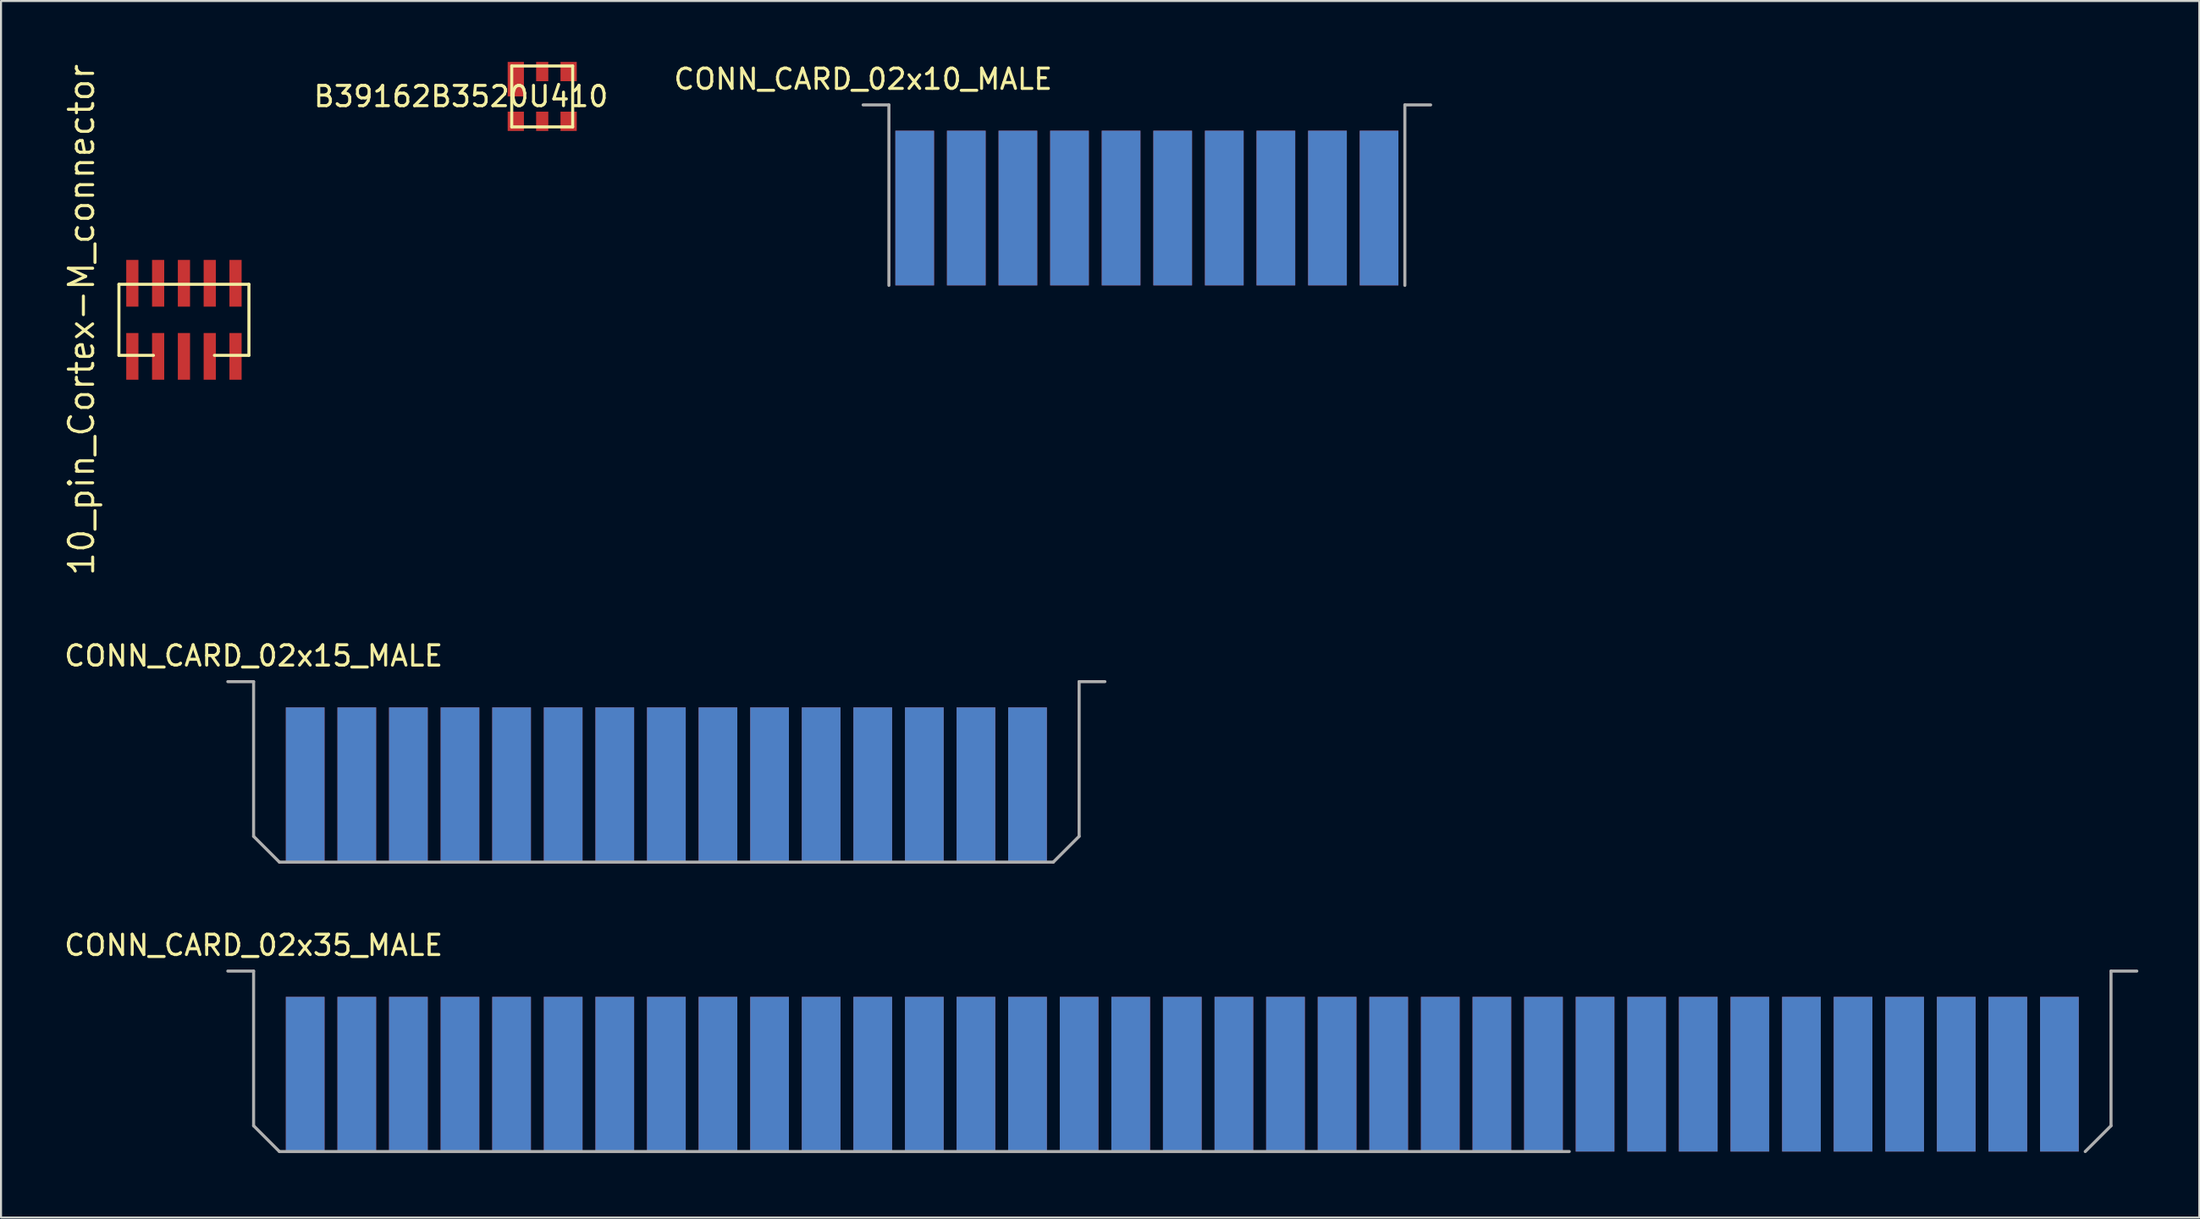
<source format=kicad_pcb>
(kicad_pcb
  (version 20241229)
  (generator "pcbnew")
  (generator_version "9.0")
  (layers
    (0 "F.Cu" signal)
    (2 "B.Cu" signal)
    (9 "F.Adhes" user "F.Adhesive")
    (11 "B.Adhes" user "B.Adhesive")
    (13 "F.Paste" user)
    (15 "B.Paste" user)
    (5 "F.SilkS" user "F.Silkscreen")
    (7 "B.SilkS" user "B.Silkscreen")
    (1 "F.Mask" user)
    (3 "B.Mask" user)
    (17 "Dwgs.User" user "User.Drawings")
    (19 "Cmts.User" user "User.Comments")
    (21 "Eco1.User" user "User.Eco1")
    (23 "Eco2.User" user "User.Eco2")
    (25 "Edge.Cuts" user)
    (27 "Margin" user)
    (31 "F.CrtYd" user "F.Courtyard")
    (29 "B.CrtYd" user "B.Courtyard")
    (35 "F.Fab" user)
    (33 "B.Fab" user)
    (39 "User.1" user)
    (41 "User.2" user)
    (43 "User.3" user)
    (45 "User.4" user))
  (footprint "CONN_CARD_02x35_MALE"
    (layer "F.Cu")
    (at 23.405 53.676)
    (property "Reference" "CONN_CARD_02x35_MALE" (at -13.97 -10.16 0) (layer "F.SilkS") (effects (font (size 1 1) (thickness 0.15))))
    (attr through_hole)
    (fp_line (start -13.97 -8.89) (end -15.24 -8.89) (stroke (width 0.15) (type solid)) (layer "F.Fab"))
    (fp_line (start -13.97 -1.27) (end -13.97 -8.89) (stroke (width 0.15) (type solid)) (layer "F.Fab"))
    (fp_line (start -13.97 -1.27) (end -12.7 0) (stroke (width 0.15) (type solid)) (layer "F.Fab"))
    (fp_line (start -12.7 0) (end 50.8 0) (stroke (width 0.15) (type solid)) (layer "F.Fab"))
    (fp_line (start 77.47 -8.89) (end 78.74 -8.89) (stroke (width 0.15) (type solid)) (layer "F.Fab"))
    (fp_line (start 77.47 -1.27) (end 76.2 0) (stroke (width 0.15) (type solid)) (layer "F.Fab"))
    (fp_line (start 77.47 -1.27) (end 77.47 -8.89) (stroke (width 0.15) (type solid)) (layer "F.Fab"))
    (pad "1" connect rect (at -11.43 -3.81) (size 1.905 7.62) (layers "F.Cu" "F.Mask"))
    (pad "2" connect rect (at -8.89 -3.81) (size 1.905 7.62) (layers "F.Cu" "F.Mask"))
    (pad "3" connect rect (at -6.35 -3.81) (size 1.905 7.62) (layers "F.Cu" "F.Mask"))
    (pad "4" connect rect (at -3.81 -3.81) (size 1.905 7.62) (layers "F.Cu" "F.Mask"))
    (pad "5" connect rect (at -1.27 -3.81) (size 1.905 7.62) (layers "F.Cu" "F.Mask"))
    (pad "6" connect rect (at 1.27 -3.81) (size 1.905 7.62) (layers "F.Cu" "F.Mask"))
    (pad "7" connect rect (at 3.81 -3.81) (size 1.905 7.62) (layers "F.Cu" "F.Mask"))
    (pad "8" connect rect (at 6.35 -3.81) (size 1.905 7.62) (layers "F.Cu" "F.Mask"))
    (pad "9" connect rect (at 8.89 -3.81) (size 1.905 7.62) (layers "F.Cu" "F.Mask"))
    (pad "10" connect rect (at 11.43 -3.81) (size 1.905 7.62) (layers "F.Cu" "F.Mask"))
    (pad "11" connect rect (at 13.97 -3.81) (size 1.905 7.62) (layers "F.Cu" "F.Mask"))
    (pad "12" connect rect (at 16.51 -3.81) (size 1.905 7.62) (layers "F.Cu" "F.Mask"))
    (pad "13" connect rect (at 19.05 -3.81) (size 1.905 7.62) (layers "F.Cu" "F.Mask"))
    (pad "14" connect rect (at 21.59 -3.81) (size 1.905 7.62) (layers "F.Cu" "F.Mask"))
    (pad "15" connect rect (at 24.13 -3.81) (size 1.905 7.62) (layers "F.Cu" "F.Mask"))
    (pad "16" connect rect (at 26.67 -3.81) (size 1.905 7.62) (layers "F.Cu" "F.Mask"))
    (pad "17" connect rect (at 29.21 -3.81) (size 1.905 7.62) (layers "F.Cu" "F.Mask"))
    (pad "18" connect rect (at 31.75 -3.81) (size 1.905 7.62) (layers "F.Cu" "F.Mask"))
    (pad "19" connect rect (at 34.29 -3.81) (size 1.905 7.62) (layers "F.Cu" "F.Mask"))
    (pad "20" connect rect (at 36.83 -3.81) (size 1.905 7.62) (layers "F.Cu" "F.Mask"))
    (pad "21" connect rect (at 39.37 -3.81) (size 1.905 7.62) (layers "F.Cu" "F.Mask"))
    (pad "22" connect rect (at 41.91 -3.81) (size 1.905 7.62) (layers "F.Cu" "F.Mask"))
    (pad "23" connect rect (at 44.45 -3.81) (size 1.905 7.62) (layers "F.Cu" "F.Mask"))
    (pad "24" connect rect (at 46.99 -3.81) (size 1.905 7.62) (layers "F.Cu" "F.Mask"))
    (pad "25" connect rect (at 49.53 -3.81) (size 1.905 7.62) (layers "F.Cu" "F.Mask"))
    (pad "26" connect rect (at 52.07 -3.81) (size 1.905 7.62) (layers "F.Cu" "F.Mask"))
    (pad "27" connect rect (at 54.61 -3.81) (size 1.905 7.62) (layers "F.Cu" "F.Mask"))
    (pad "28" connect rect (at 57.15 -3.81) (size 1.905 7.62) (layers "F.Cu" "F.Mask"))
    (pad "29" connect rect (at 59.69 -3.81) (size 1.905 7.62) (layers "F.Cu" "F.Mask"))
    (pad "30" connect rect (at 62.23 -3.81) (size 1.905 7.62) (layers "F.Cu" "F.Mask"))
    (pad "31" connect rect (at 64.77 -3.81) (size 1.905 7.62) (layers "F.Cu" "F.Mask"))
    (pad "32" connect rect (at 67.31 -3.81) (size 1.905 7.62) (layers "F.Cu" "F.Mask"))
    (pad "33" connect rect (at 69.85 -3.81) (size 1.905 7.62) (layers "F.Cu" "F.Mask"))
    (pad "34" connect rect (at 72.39 -3.81) (size 1.905 7.62) (layers "F.Cu" "F.Mask"))
    (pad "35" connect rect (at 74.93 -3.81) (size 1.905 7.62) (layers "F.Cu" "F.Mask"))
    (pad "36" connect rect (at 74.93 -3.81) (size 1.905 7.62) (layers "B.Cu" "B.Mask"))
    (pad "37" connect rect (at 72.39 -3.81) (size 1.905 7.62) (layers "B.Cu" "B.Mask"))
    (pad "38" connect rect (at 69.85 -3.81) (size 1.905 7.62) (layers "B.Cu" "B.Mask"))
    (pad "39" connect rect (at 67.31 -3.81) (size 1.905 7.62) (layers "B.Cu" "B.Mask"))
    (pad "40" connect rect (at 64.77 -3.81) (size 1.905 7.62) (layers "B.Cu" "B.Mask"))
    (pad "41" connect rect (at 62.23 -3.81) (size 1.905 7.62) (layers "B.Cu" "B.Mask"))
    (pad "42" connect rect (at 59.69 -3.81) (size 1.905 7.62) (layers "B.Cu" "B.Mask"))
    (pad "43" connect rect (at 57.15 -3.81) (size 1.905 7.62) (layers "B.Cu" "B.Mask"))
    (pad "44" connect rect (at 54.61 -3.81) (size 1.905 7.62) (layers "B.Cu" "B.Mask"))
    (pad "45" connect rect (at 52.07 -3.81) (size 1.905 7.62) (layers "B.Cu" "B.Mask"))
    (pad "46" connect rect (at 49.53 -3.81) (size 1.905 7.62) (layers "B.Cu" "B.Mask"))
    (pad "47" connect rect (at 46.99 -3.81) (size 1.905 7.62) (layers "B.Cu" "B.Mask"))
    (pad "48" connect rect (at 44.45 -3.81) (size 1.905 7.62) (layers "B.Cu" "B.Mask"))
    (pad "49" connect rect (at 41.91 -3.81) (size 1.905 7.62) (layers "B.Cu" "B.Mask"))
    (pad "50" connect rect (at 39.37 -3.81) (size 1.905 7.62) (layers "B.Cu" "B.Mask"))
    (pad "51" connect rect (at 36.83 -3.81) (size 1.905 7.62) (layers "B.Cu" "B.Mask"))
    (pad "52" connect rect (at 34.29 -3.81) (size 1.905 7.62) (layers "B.Cu" "B.Mask"))
    (pad "53" connect rect (at 31.75 -3.81) (size 1.905 7.62) (layers "B.Cu" "B.Mask"))
    (pad "54" connect rect (at 29.21 -3.81) (size 1.905 7.62) (layers "B.Cu" "B.Mask"))
    (pad "55" connect rect (at 26.67 -3.81) (size 1.905 7.62) (layers "B.Cu" "B.Mask"))
    (pad "56" connect rect (at 24.13 -3.81) (size 1.905 7.62) (layers "B.Cu" "B.Mask"))
    (pad "57" connect rect (at 21.59 -3.81) (size 1.905 7.62) (layers "B.Cu" "B.Mask"))
    (pad "58" connect rect (at 19.05 -3.81) (size 1.905 7.62) (layers "B.Cu" "B.Mask"))
    (pad "59" connect rect (at 16.51 -3.81) (size 1.905 7.62) (layers "B.Cu" "B.Mask"))
    (pad "60" connect rect (at 13.97 -3.81) (size 1.905 7.62) (layers "B.Cu" "B.Mask"))
    (pad "61" connect rect (at 11.43 -3.81) (size 1.905 7.62) (layers "B.Cu" "B.Mask"))
    (pad "62" connect rect (at 8.89 -3.81) (size 1.905 7.62) (layers "B.Cu" "B.Mask"))
    (pad "63" connect rect (at 6.35 -3.81) (size 1.905 7.62) (layers "B.Cu" "B.Mask"))
    (pad "64" connect rect (at 3.81 -3.81) (size 1.905 7.62) (layers "B.Cu" "B.Mask"))
    (pad "65" connect rect (at 1.27 -3.81) (size 1.905 7.62) (layers "B.Cu" "B.Mask"))
    (pad "66" connect rect (at -1.27 -3.81) (size 1.905 7.62) (layers "B.Cu" "B.Mask"))
    (pad "67" connect rect (at -3.81 -3.81) (size 1.905 7.62) (layers "B.Cu" "B.Mask"))
    (pad "68" connect rect (at -6.35 -3.81) (size 1.905 7.62) (layers "B.Cu" "B.Mask"))
    (pad "69" connect rect (at -8.89 -3.81) (size 1.905 7.62) (layers "B.Cu" "B.Mask"))
    (pad "70" connect rect (at -11.43 -3.81) (size 1.905 7.62) (layers "B.Cu" "B.Mask")))
  (footprint "10_pin_Cortex-M_connector"
    (layer "F.Cu")
    (at 6.005 12.705)
    (property "Reference" "10_pin_Cortex-M_connector" (at -5.04 0 90) (layer "F.SilkS") (effects (font (size 1.2 1.2) (thickness 0.15))))
    (attr through_hole)
    (fp_line (start -3.2 -1.75) (end -3.2 1.75) (stroke (width 0.15) (type solid)) (layer "F.SilkS"))
    (fp_line (start -3.2 1.75) (end -1.5 1.75) (stroke (width 0.15) (type solid)) (layer "F.SilkS"))
    (fp_line (start 1.5 1.75) (end 3.2 1.75) (stroke (width 0.15) (type solid)) (layer "F.SilkS"))
    (fp_line (start 3.2 -1.75) (end -3.2 -1.75) (stroke (width 0.15) (type solid)) (layer "F.SilkS"))
    (fp_line (start 3.2 1.75) (end 3.2 -1.75) (stroke (width 0.15) (type solid)) (layer "F.SilkS"))
    (pad "1" smd rect (at -2.54 1.8) (size 0.6 2.3) (layers "F.Cu" "F.Mask" "F.Paste"))
    (pad "2" smd rect (at -2.54 -1.8) (size 0.6 2.3) (layers "F.Cu" "F.Mask" "F.Paste"))
    (pad "3" smd rect (at -1.27 1.8) (size 0.6 2.3) (layers "F.Cu" "F.Mask" "F.Paste"))
    (pad "4" smd rect (at -1.27 -1.8) (size 0.6 2.3) (layers "F.Cu" "F.Mask" "F.Paste"))
    (pad "5" smd rect (at 0 1.8) (size 0.6 2.3) (layers "F.Cu" "F.Mask" "F.Paste"))
    (pad "6" smd rect (at 0 -1.8) (size 0.6 2.3) (layers "F.Cu" "F.Mask" "F.Paste"))
    (pad "7" smd rect (at 1.27 1.8) (size 0.6 2.3) (layers "F.Cu" "F.Mask" "F.Paste"))
    (pad "8" smd rect (at 1.27 -1.8) (size 0.6 2.3) (layers "F.Cu" "F.Mask" "F.Paste"))
    (pad "9" smd rect (at 2.54 1.8) (size 0.6 2.3) (layers "F.Cu" "F.Mask" "F.Paste"))
    (pad "10" smd rect (at 2.54 -1.8) (size 0.6 2.3) (layers "F.Cu" "F.Mask" "F.Paste")))
  (footprint "B39162B3520U410"
    (layer "F.Cu")
    (at 23.643 1.7)
    (property "Reference" "B39162B3520U410" (at -4 0 0) (layer "F.SilkS") (effects (font (size 1 1) (thickness 0.15))))
    (attr through_hole)
    (fp_line (start -1.5 -1.5) (end 1.5 -1.5) (stroke (width 0.15) (type solid)) (layer "F.SilkS"))
    (fp_line (start -1.5 1.5) (end -1.5 -1.5) (stroke (width 0.15) (type solid)) (layer "F.SilkS"))
    (fp_line (start 1.5 -1.5) (end 1.5 1.5) (stroke (width 0.15) (type solid)) (layer "F.SilkS"))
    (fp_line (start 1.5 1.5) (end -1.5 1.5) (stroke (width 0.15) (type solid)) (layer "F.SilkS"))
    (pad "1" smd rect (at -1.2 -1.5) (size 0.8 1.7) (drill (offset -0.1 0.65)) (layers "F.Cu" "F.Mask" "F.Paste"))
    (pad "2" smd rect (at 0 -1.5) (size 0.6 0.95) (drill (offset 0 0.275)) (layers "F.Cu" "F.Mask" "F.Paste"))
    (pad "3" smd rect (at 1.2 -1.5) (size 0.8 0.95) (drill (offset 0.1 0.275)) (layers "F.Cu" "F.Mask" "F.Paste"))
    (pad "4" smd rect (at 1.2 1.5) (size 0.8 0.95) (drill (offset 0.1 -0.275)) (layers "F.Cu" "F.Mask" "F.Paste"))
    (pad "5" smd rect (at 0 1.5) (size 0.6 0.95) (drill (offset 0 -0.275)) (layers "F.Cu" "F.Mask" "F.Paste"))
    (pad "6" smd rect (at -1.2 1.5) (size 0.8 0.95) (drill (offset -0.1 -0.275)) (layers "F.Cu" "F.Mask" "F.Paste")))
  (footprint "CONN_CARD_02x10_MALE"
    (layer "F.Cu")
    (at 41.981 11.008)
    (property "Reference" "CONN_CARD_02x10_MALE" (at -2.54 -10.16 0) (layer "F.SilkS") (effects (font (size 1 1) (thickness 0.15))))
    (attr through_hole)
    (fp_line (start -1.27 -8.89) (end -2.54 -8.89) (stroke (width 0.15) (type solid)) (layer "F.Fab"))
    (fp_line (start -1.27 0) (end -1.27 -8.89) (stroke (width 0.15) (type solid)) (layer "F.Fab"))
    (fp_line (start 24.13 -8.89) (end 25.4 -8.89) (stroke (width 0.15) (type solid)) (layer "F.Fab"))
    (fp_line (start 24.13 0) (end 24.13 -8.89) (stroke (width 0.15) (type solid)) (layer "F.Fab"))
    (pad "1" connect rect (at 0 -3.81) (size 1.905 7.62) (layers "F.Cu" "F.Mask"))
    (pad "2" connect rect (at 2.54 -3.81) (size 1.905 7.62) (layers "F.Cu" "F.Mask"))
    (pad "3" connect rect (at 5.08 -3.81) (size 1.905 7.62) (layers "F.Cu" "F.Mask"))
    (pad "4" connect rect (at 7.62 -3.81) (size 1.905 7.62) (layers "F.Cu" "F.Mask"))
    (pad "5" connect rect (at 10.16 -3.81) (size 1.905 7.62) (layers "F.Cu" "F.Mask"))
    (pad "6" connect rect (at 12.7 -3.81) (size 1.905 7.62) (layers "F.Cu" "F.Mask"))
    (pad "7" connect rect (at 15.24 -3.81) (size 1.905 7.62) (layers "F.Cu" "F.Mask"))
    (pad "8" connect rect (at 17.78 -3.81) (size 1.905 7.62) (layers "F.Cu" "F.Mask"))
    (pad "9" connect rect (at 20.32 -3.81) (size 1.905 7.62) (layers "F.Cu" "F.Mask"))
    (pad "10" connect rect (at 22.86 -3.81) (size 1.905 7.62) (layers "F.Cu" "F.Mask"))
    (pad "11" connect rect (at 22.86 -3.81) (size 1.905 7.62) (layers "B.Cu" "B.Mask"))
    (pad "12" connect rect (at 20.32 -3.81) (size 1.905 7.62) (layers "B.Cu" "B.Mask"))
    (pad "13" connect rect (at 17.78 -3.81) (size 1.905 7.62) (layers "B.Cu" "B.Mask"))
    (pad "14" connect rect (at 15.24 -3.81) (size 1.905 7.62) (layers "B.Cu" "B.Mask"))
    (pad "15" connect rect (at 12.7 -3.81) (size 1.905 7.62) (layers "B.Cu" "B.Mask"))
    (pad "16" connect rect (at 10.16 -3.81) (size 1.905 7.62) (layers "B.Cu" "B.Mask"))
    (pad "17" connect rect (at 7.62 -3.81) (size 1.905 7.62) (layers "B.Cu" "B.Mask"))
    (pad "18" connect rect (at 5.08 -3.81) (size 1.905 7.62) (layers "B.Cu" "B.Mask"))
    (pad "19" connect rect (at 2.54 -3.81) (size 1.905 7.62) (layers "B.Cu" "B.Mask"))
    (pad "20" connect rect (at 0 -3.81) (size 1.905 7.62) (layers "B.Cu" "B.Mask")))
  (footprint "CONN_CARD_02x15_MALE"
    (layer "F.Cu")
    (at 23.405 39.418)
    (property "Reference" "CONN_CARD_02x15_MALE" (at -13.97 -10.16 0) (layer "F.SilkS") (effects (font (size 1 1) (thickness 0.15))))
    (attr through_hole)
    (fp_line (start -13.97 -8.89) (end -15.24 -8.89) (stroke (width 0.15) (type solid)) (layer "F.Fab"))
    (fp_line (start -13.97 -1.27) (end -13.97 -8.89) (stroke (width 0.15) (type solid)) (layer "F.Fab"))
    (fp_line (start -13.97 -1.27) (end -12.7 0) (stroke (width 0.15) (type solid)) (layer "F.Fab"))
    (fp_line (start -12.7 0) (end 25.4 0) (stroke (width 0.15) (type solid)) (layer "F.Fab"))
    (fp_line (start 26.67 -8.89) (end 27.94 -8.89) (stroke (width 0.15) (type solid)) (layer "F.Fab"))
    (fp_line (start 26.67 -1.27) (end 25.4 0) (stroke (width 0.15) (type solid)) (layer "F.Fab"))
    (fp_line (start 26.67 -1.27) (end 26.67 -8.89) (stroke (width 0.15) (type solid)) (layer "F.Fab"))
    (pad "1" connect rect (at -11.43 -3.81) (size 1.905 7.62) (layers "F.Cu" "F.Mask"))
    (pad "2" connect rect (at -8.89 -3.81) (size 1.905 7.62) (layers "F.Cu" "F.Mask"))
    (pad "3" connect rect (at -6.35 -3.81) (size 1.905 7.62) (layers "F.Cu" "F.Mask"))
    (pad "4" connect rect (at -3.81 -3.81) (size 1.905 7.62) (layers "F.Cu" "F.Mask"))
    (pad "5" connect rect (at -1.27 -3.81) (size 1.905 7.62) (layers "F.Cu" "F.Mask"))
    (pad "6" connect rect (at 1.27 -3.81) (size 1.905 7.62) (layers "F.Cu" "F.Mask"))
    (pad "7" connect rect (at 3.81 -3.81) (size 1.905 7.62) (layers "F.Cu" "F.Mask"))
    (pad "8" connect rect (at 6.35 -3.81) (size 1.905 7.62) (layers "F.Cu" "F.Mask"))
    (pad "9" connect rect (at 8.89 -3.81) (size 1.905 7.62) (layers "F.Cu" "F.Mask"))
    (pad "10" connect rect (at 11.43 -3.81) (size 1.905 7.62) (layers "F.Cu" "F.Mask"))
    (pad "11" connect rect (at 13.97 -3.81) (size 1.905 7.62) (layers "F.Cu" "F.Mask"))
    (pad "12" connect rect (at 16.51 -3.81) (size 1.905 7.62) (layers "F.Cu" "F.Mask"))
    (pad "13" connect rect (at 19.05 -3.81) (size 1.905 7.62) (layers "F.Cu" "F.Mask"))
    (pad "14" connect rect (at 21.59 -3.81) (size 1.905 7.62) (layers "F.Cu" "F.Mask"))
    (pad "15" connect rect (at 24.13 -3.81) (size 1.905 7.62) (layers "F.Cu" "F.Mask"))
    (pad "16" connect rect (at 24.13 -3.81) (size 1.905 7.62) (layers "B.Cu" "B.Mask"))
    (pad "17" connect rect (at 21.59 -3.81) (size 1.905 7.62) (layers "B.Cu" "B.Mask"))
    (pad "18" connect rect (at 19.05 -3.81) (size 1.905 7.62) (layers "B.Cu" "B.Mask"))
    (pad "19" connect rect (at 16.51 -3.81) (size 1.905 7.62) (layers "B.Cu" "B.Mask"))
    (pad "20" connect rect (at 13.97 -3.81) (size 1.905 7.62) (layers "B.Cu" "B.Mask"))
    (pad "21" connect rect (at 11.43 -3.81) (size 1.905 7.62) (layers "B.Cu" "B.Mask"))
    (pad "22" connect rect (at 8.89 -3.81) (size 1.905 7.62) (layers "B.Cu" "B.Mask"))
    (pad "23" connect rect (at 6.35 -3.81) (size 1.905 7.62) (layers "B.Cu" "B.Mask"))
    (pad "24" connect rect (at 3.81 -3.81) (size 1.905 7.62) (layers "B.Cu" "B.Mask"))
    (pad "25" connect rect (at 1.27 -3.81) (size 1.905 7.62) (layers "B.Cu" "B.Mask"))
    (pad "26" connect rect (at -1.27 -3.81) (size 1.905 7.62) (layers "B.Cu" "B.Mask"))
    (pad "27" connect rect (at -3.81 -3.81) (size 1.905 7.62) (layers "B.Cu" "B.Mask"))
    (pad "28" connect rect (at -6.35 -3.81) (size 1.905 7.62) (layers "B.Cu" "B.Mask"))
    (pad "29" connect rect (at -8.89 -3.81) (size 1.905 7.62) (layers "B.Cu" "B.Mask"))
    (pad "30" connect rect (at -11.43 -3.81) (size 1.905 7.62) (layers "B.Cu" "B.Mask")))
  (gr_rect
    (start -3 -3)
    (end 105.22 56.926)
    (stroke (width 0.1) (type default))
    (fill no)
    (layer "Edge.Cuts")))
</source>
